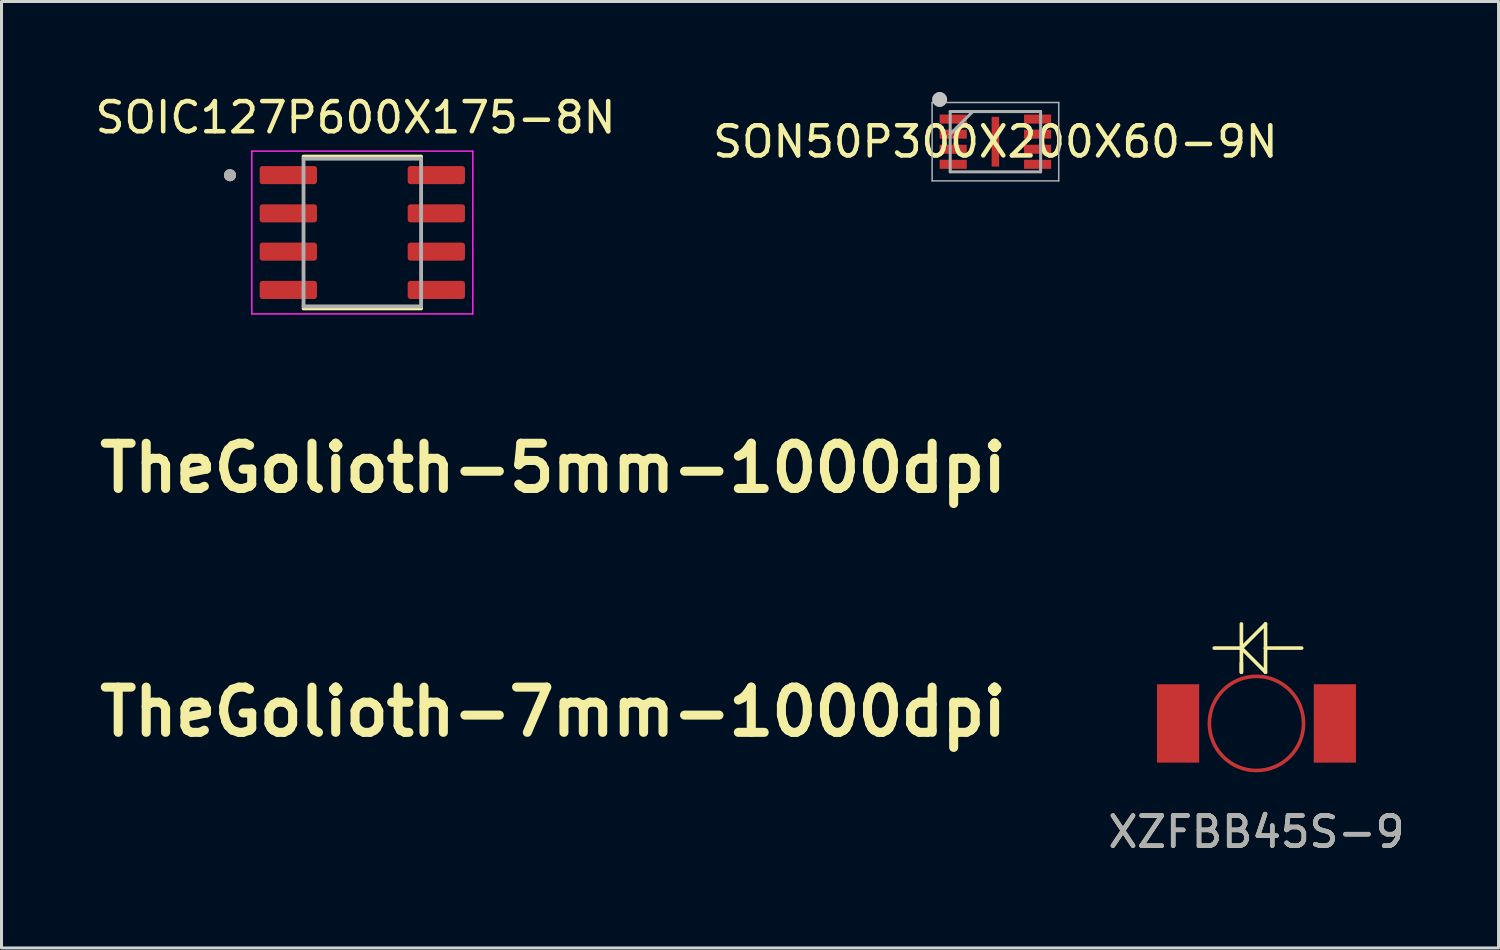
<source format=kicad_pcb>
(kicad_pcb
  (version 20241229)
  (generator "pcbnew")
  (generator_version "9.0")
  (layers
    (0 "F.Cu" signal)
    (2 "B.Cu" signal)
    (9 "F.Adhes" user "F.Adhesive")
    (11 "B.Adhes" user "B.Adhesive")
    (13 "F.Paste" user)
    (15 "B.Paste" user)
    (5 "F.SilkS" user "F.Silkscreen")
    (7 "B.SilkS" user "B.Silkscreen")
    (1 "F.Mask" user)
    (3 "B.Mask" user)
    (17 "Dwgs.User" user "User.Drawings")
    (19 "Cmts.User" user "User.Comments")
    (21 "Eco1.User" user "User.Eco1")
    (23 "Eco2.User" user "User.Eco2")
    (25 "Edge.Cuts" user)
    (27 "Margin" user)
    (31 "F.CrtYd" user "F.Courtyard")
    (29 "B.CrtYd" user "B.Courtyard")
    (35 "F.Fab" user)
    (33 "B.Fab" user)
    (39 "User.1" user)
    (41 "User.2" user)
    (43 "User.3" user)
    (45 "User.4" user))
  (footprint "TheGolioth-5mm-1000dpi"
    (layer "F.Cu")
    (at 15.3 12.475)
    (property "Reference" "TheGolioth-5mm-1000dpi" (at 0 0 0) (layer "F.SilkS") (effects (font (size 1.5 1.5) (thickness 0.3))))
    (attr board_only exclude_from_pos_files exclude_from_bom)
    (fp_poly (pts (xy 0.382 -1.743) (xy 0.382 -1.4) (xy 1.425 -1.4) (xy 2.469 -1.4) (xy 2.469 -1.043) (xy 2.469 -0.687) (xy 1.769 -0.687) (xy 1.069 -0.687) (xy 1.069 0.713) (xy 1.069 2.112) (xy 0.713 2.112) (xy 0.356 2.112) (xy 0.356 1.413) (xy 0.356 0.713) (xy 0.013 0.713) (xy -0.331 0.713) (xy -0.331 1.413) (xy -0.331 2.112) (xy -0.687 2.112) (xy -1.043 2.112) (xy -1.043 0.713) (xy -1.043 -0.687) (xy -1.743 -0.687) (xy -2.443 -0.687) (xy -2.443 -1.043) (xy -2.443 -1.4) (xy -1.4 -1.4) (xy -0.356 -1.4) (xy -0.356 -1.743) (xy -0.356 -2.087) (xy 0.013 -2.087) (xy 0.382 -2.087)) (stroke (width 0) (type solid)) (fill yes) (layer "F.Mask")))
  (footprint "XZFBB45S-9"
    (layer "F.Cu")
    (at 38.63 20.948)
    (property "Reference" "XZFBB45S-9" (at 0 3.6 0) (unlocked yes) (layer "F.SilkS") (effects (font (size 1 1) (thickness 0.15))))
    (attr smd)
    (fp_circle (center 0 0) (end 1.562 0) (stroke (width 0.12) (type solid)) (fill no) (layer "F.Cu"))
    (fp_circle (center 0 0) (end 1.4 0) (stroke (width 0.12) (type solid)) (fill yes) (layer "F.Mask"))
    (fp_line (start -0.5 -3.3) (end -0.5 -1.7) (stroke (width 0.12) (type solid)) (layer "F.SilkS"))
    (fp_line (start -0.5 -2.5) (end -1.4 -2.5) (stroke (width 0.12) (type solid)) (layer "F.SilkS"))
    (fp_line (start -0.5 -2.5) (end 0.3 -1.7) (stroke (width 0.12) (type solid)) (layer "F.SilkS"))
    (fp_line (start -0.5 -1.7) (end -0.5 -2) (stroke (width 0.12) (type solid)) (layer "F.SilkS"))
    (fp_line (start 0.3 -3.3) (end -0.5 -2.5) (stroke (width 0.12) (type solid)) (layer "F.SilkS"))
    (fp_line (start 0.3 -2.5) (end 0.3 -3.3) (stroke (width 0.12) (type solid)) (layer "F.SilkS"))
    (fp_line (start 0.3 -1.7) (end 0.3 -2.5) (stroke (width 0.12) (type solid)) (layer "F.SilkS"))
    (fp_line (start 1.5 -2.5) (end 0.3 -2.5) (stroke (width 0.12) (type solid)) (layer "F.SilkS"))
    (fp_text user "${REFERENCE}" (at 0 3.6 0) (unlocked yes) (layer "F.Fab") (effects (font (size 1 1) (thickness 0.15))))
    (pad "1" smd rect (at -2.6 0) (size 1.4 2.6) (layers "F.Cu" "F.Mask" "F.Paste"))
    (pad "2" smd rect (at 2.6 0) (size 1.4 2.6) (layers "F.Cu" "F.Mask" "F.Paste")))
  (footprint "SON50P300X200X60-9N"
    (layer "F.Cu")
    (at 29.97 1.65)
    (property "Reference" "SON50P300X200X60-9N" (at 0 0 0) (layer "F.SilkS") (effects (font (size 1 1) (thickness 0.15))))
    (attr through_hole)
    (fp_circle (center -1.85 -1.4) (end -1.725 -1.4) (stroke (width 0.25) (type solid)) (fill no) (layer "Dwgs.User"))
    (fp_line (start -2.1 -1.3) (end 2.1 -1.3) (stroke (width 0.05) (type solid)) (layer "F.Fab"))
    (fp_line (start -2.1 1.3) (end -2.1 -1.3) (stroke (width 0.05) (type solid)) (layer "F.Fab"))
    (fp_line (start -1.5 -1) (end -0.75 -1) (stroke (width 0.1) (type solid)) (layer "F.Fab"))
    (fp_line (start -1.5 -0.25) (end -1.5 -1) (stroke (width 0.1) (type solid)) (layer "F.Fab"))
    (fp_line (start -1.5 -0.25) (end -0.75 -1) (stroke (width 0.1) (type solid)) (layer "F.Fab"))
    (fp_line (start -1.5 1) (end -1.5 -0.25) (stroke (width 0.1) (type solid)) (layer "F.Fab"))
    (fp_line (start -0.75 -1) (end 1.5 -1) (stroke (width 0.1) (type solid)) (layer "F.Fab"))
    (fp_line (start 1.5 -1) (end 1.5 1) (stroke (width 0.1) (type solid)) (layer "F.Fab"))
    (fp_line (start 1.5 1) (end -1.5 1) (stroke (width 0.1) (type solid)) (layer "F.Fab"))
    (fp_line (start 2.1 -1.3) (end 2.1 1.3) (stroke (width 0.05) (type solid)) (layer "F.Fab"))
    (fp_line (start 2.1 1.3) (end -2.1 1.3) (stroke (width 0.05) (type solid)) (layer "F.Fab"))
    (pad "1" smd rect (at -1.4 -0.75) (size 0.9 0.3) (layers "F.Cu" "F.Mask" "F.Paste"))
    (pad "2" smd rect (at -1.4 -0.25) (size 0.9 0.3) (layers "F.Cu" "F.Mask" "F.Paste"))
    (pad "3" smd rect (at -1.4 0.25) (size 0.9 0.3) (layers "F.Cu" "F.Mask" "F.Paste"))
    (pad "4" smd rect (at -1.4 0.75) (size 0.9 0.3) (layers "F.Cu" "F.Mask" "F.Paste"))
    (pad "5" smd rect (at 1.4 0.75) (size 0.9 0.3) (layers "F.Cu" "F.Mask" "F.Paste"))
    (pad "6" smd rect (at 1.4 0.25) (size 0.9 0.3) (layers "F.Cu" "F.Mask" "F.Paste"))
    (pad "7" smd rect (at 1.4 -0.25) (size 0.9 0.3) (layers "F.Cu" "F.Mask" "F.Paste"))
    (pad "8" smd rect (at 1.4 -0.75) (size 0.9 0.3) (layers "F.Cu" "F.Mask" "F.Paste"))
    (pad "9" smd rect (at 0 0 90) (size 1.65 0.25) (layers "F.Cu" "F.Mask" "F.Paste")))
  (footprint "TheGolioth-7mm-1000dpi"
    (layer "F.Cu")
    (at 15.3 20.565)
    (property "Reference" "TheGolioth-7mm-1000dpi" (at 0 0 0) (layer "F.SilkS") (effects (font (size 1.5 1.5) (thickness 0.3))))
    (attr board_only exclude_from_pos_files exclude_from_bom)
    (fp_poly (pts (xy 0.509 -2.481) (xy 0.509 -1.985) (xy 1.985 -1.985) (xy 3.461 -1.985) (xy 3.461 -1.476) (xy 3.461 -0.967) (xy 2.481 -0.967) (xy 1.502 -0.967) (xy 1.502 1.005) (xy 1.502 2.978) (xy 0.993 2.978) (xy 0.484 2.978) (xy 0.484 1.985) (xy 0.484 0.993) (xy 0 0.993) (xy -0.484 0.993) (xy -0.484 1.985) (xy -0.484 2.978) (xy -0.993 2.978) (xy -1.502 2.978) (xy -1.502 1.005) (xy -1.502 -0.967) (xy -2.481 -0.967) (xy -3.461 -0.967) (xy -3.461 -1.476) (xy -3.461 -1.985) (xy -1.985 -1.985) (xy -0.509 -1.985) (xy -0.509 -2.481) (xy -0.509 -2.978) (xy 0 -2.978) (xy 0.509 -2.978)) (stroke (width 0) (type solid)) (fill yes) (layer "F.Mask")))
  (footprint "SOIC127P600X175-8N"
    (layer "F.Cu")
    (at 8.969 4.663)
    (property "Reference" "SOIC127P600X175-8N" (at -0.225 -3.815 0) (layer "F.SilkS") (effects (font (size 1 1) (thickness 0.15))))
    (attr through_hole)
    (fp_line (start -1.95 -2.519) (end 1.95 -2.519) (stroke (width 0.127) (type solid)) (layer "F.SilkS"))
    (fp_line (start 1.95 2.519) (end -1.95 2.519) (stroke (width 0.127) (type solid)) (layer "F.SilkS"))
    (fp_circle (center -4.39 -1.9) (end -4.29 -1.9) (stroke (width 0.2) (type solid)) (fill no) (layer "F.SilkS"))
    (fp_line (start -3.665 -2.7) (end 3.665 -2.7) (stroke (width 0.05) (type solid)) (layer "F.CrtYd"))
    (fp_line (start -3.665 2.7) (end -3.665 -2.7) (stroke (width 0.05) (type solid)) (layer "F.CrtYd"))
    (fp_line (start 3.665 -2.7) (end 3.665 2.7) (stroke (width 0.05) (type solid)) (layer "F.CrtYd"))
    (fp_line (start 3.665 2.7) (end -3.665 2.7) (stroke (width 0.05) (type solid)) (layer "F.CrtYd"))
    (fp_line (start -1.95 -2.45) (end -1.95 2.45) (stroke (width 0.127) (type solid)) (layer "F.Fab"))
    (fp_line (start -1.95 2.45) (end 1.95 2.45) (stroke (width 0.127) (type solid)) (layer "F.Fab"))
    (fp_line (start 1.95 -2.45) (end -1.95 -2.45) (stroke (width 0.127) (type solid)) (layer "F.Fab"))
    (fp_line (start 1.95 2.45) (end 1.95 -2.45) (stroke (width 0.127) (type solid)) (layer "F.Fab"))
    (fp_circle (center -4.39 -1.9) (end -4.29 -1.9) (stroke (width 0.2) (type solid)) (fill no) (layer "F.Fab"))
    (pad "1" smd roundrect (at -2.455 -1.905) (size 1.9 0.6) (layers "F.Cu" "F.Mask" "F.Paste") (roundrect_rratio 0.15))
    (pad "2" smd roundrect (at -2.455 -0.635) (size 1.9 0.6) (layers "F.Cu" "F.Mask" "F.Paste") (roundrect_rratio 0.15))
    (pad "3" smd roundrect (at -2.455 0.635) (size 1.9 0.6) (layers "F.Cu" "F.Mask" "F.Paste") (roundrect_rratio 0.15))
    (pad "4" smd roundrect (at -2.455 1.905) (size 1.9 0.6) (layers "F.Cu" "F.Mask" "F.Paste") (roundrect_rratio 0.15))
    (pad "5" smd roundrect (at 2.455 1.905 180) (size 1.9 0.6) (layers "F.Cu" "F.Mask" "F.Paste") (roundrect_rratio 0.15))
    (pad "6" smd roundrect (at 2.455 0.635 180) (size 1.9 0.6) (layers "F.Cu" "F.Mask" "F.Paste") (roundrect_rratio 0.15))
    (pad "7" smd roundrect (at 2.455 -0.635 180) (size 1.9 0.6) (layers "F.Cu" "F.Mask" "F.Paste") (roundrect_rratio 0.15))
    (pad "8" smd roundrect (at 2.455 -1.905 180) (size 1.9 0.6) (layers "F.Cu" "F.Mask" "F.Paste") (roundrect_rratio 0.15)))
  (gr_rect
    (start -3 -3)
    (end 46.66 28.396)
    (stroke (width 0.1) (type default))
    (fill no)
    (layer "Edge.Cuts")))
</source>
